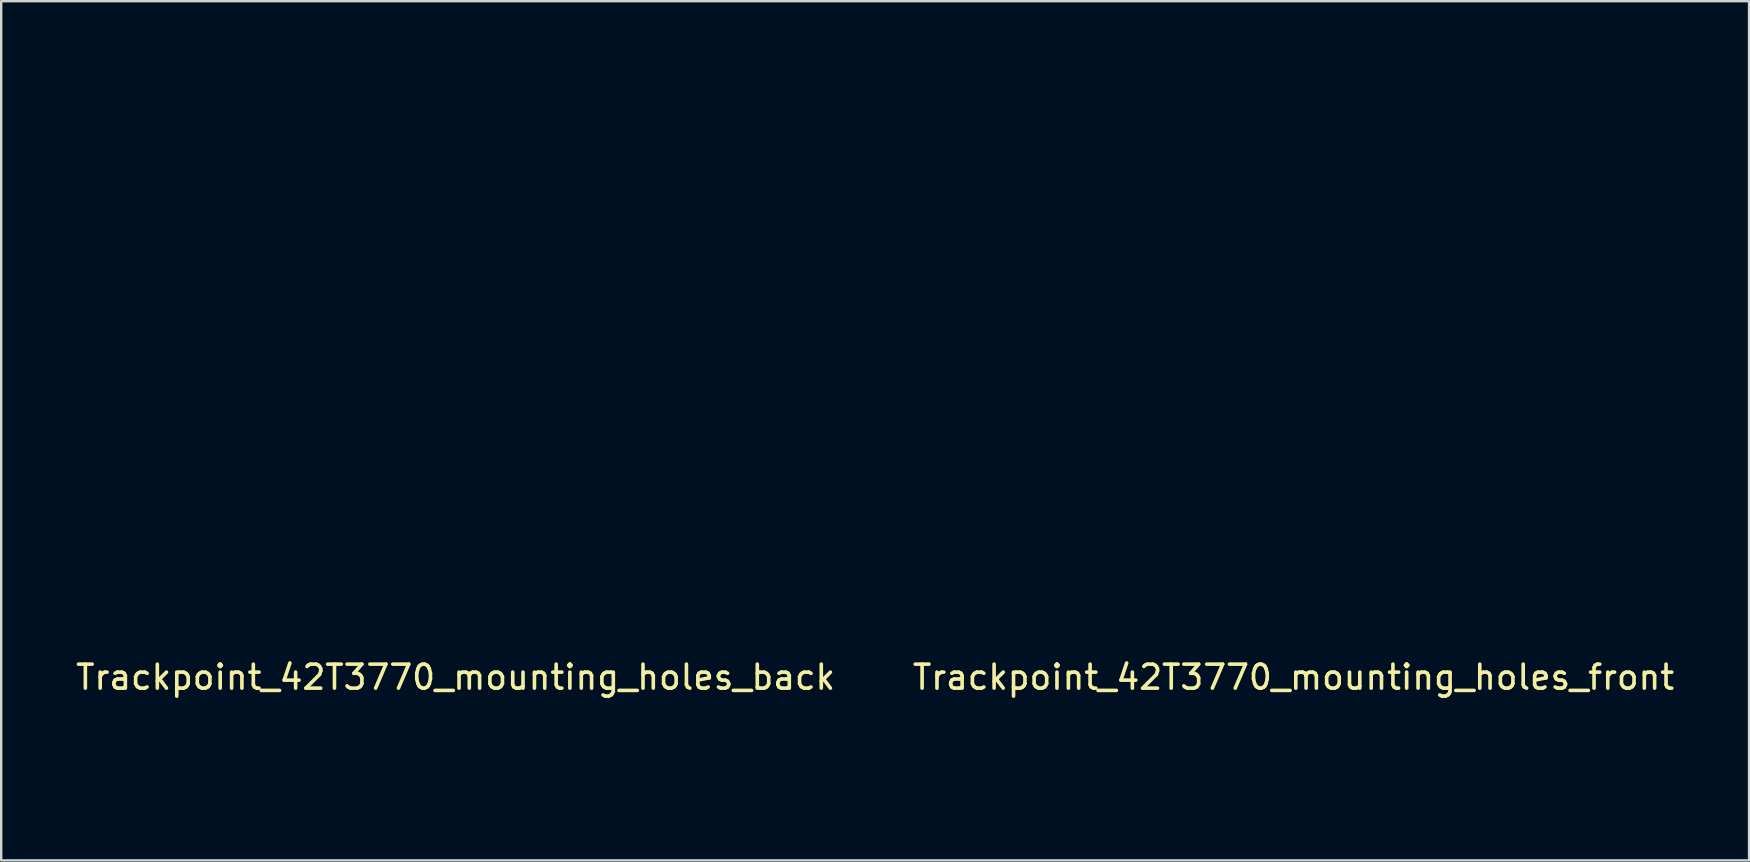
<source format=kicad_pcb>
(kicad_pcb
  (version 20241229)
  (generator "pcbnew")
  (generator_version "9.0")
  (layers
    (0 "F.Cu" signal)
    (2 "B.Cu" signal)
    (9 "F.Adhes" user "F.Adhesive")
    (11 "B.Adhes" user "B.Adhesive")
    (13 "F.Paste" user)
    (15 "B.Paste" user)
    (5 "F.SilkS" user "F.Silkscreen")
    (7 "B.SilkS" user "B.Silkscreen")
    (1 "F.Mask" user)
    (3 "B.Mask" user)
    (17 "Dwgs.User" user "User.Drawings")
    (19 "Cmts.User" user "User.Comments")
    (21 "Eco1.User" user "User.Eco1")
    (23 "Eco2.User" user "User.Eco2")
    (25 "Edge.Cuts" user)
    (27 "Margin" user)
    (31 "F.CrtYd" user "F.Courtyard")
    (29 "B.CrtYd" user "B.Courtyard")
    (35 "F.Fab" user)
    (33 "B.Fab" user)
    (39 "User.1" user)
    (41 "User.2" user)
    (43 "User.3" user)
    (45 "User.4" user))
  (footprint "Trackpoint_42T3770_mounting_holes_front"
    (layer "F.Cu")
    (at 51.105 22.249)
    (property "Reference" "Trackpoint_42T3770_mounting_holes_front" (at -0.254 2.921 0) (layer "F.SilkS") (effects (font (size 1 1) (thickness 0.15))))
    (attr exclude_from_pos_files exclude_from_bom)
    (fp_line (start -13.081 7.468) (end -13.081 -22.174) (stroke (width 0.15) (type solid)) (layer "Eco1.User"))
    (fp_line (start 15.1 -22.162) (end -13.081 -22.174) (stroke (width 0.12) (type solid)) (layer "Eco1.User"))
    (fp_line (start 15.1 -22.162) (end 15.1 7.48) (stroke (width 0.15) (type solid)) (layer "Eco1.User"))
    (fp_line (start 15.1 7.48) (end -13.081 7.48) (stroke (width 0.15) (type solid)) (layer "Eco1.User"))
    (fp_circle (center -10.541 -0.241) (end -9.258 -0.229) (stroke (width 0.15) (type solid)) (fill no) (layer "Eco1.User"))
    (fp_circle (center -9.627 -8.268) (end -8.344 -8.255) (stroke (width 0.15) (type solid)) (fill no) (layer "Eco1.User"))
    (fp_circle (center 0 0) (end 4.763 0) (stroke (width 0.15) (type solid)) (fill no) (layer "Eco1.User"))
    (fp_circle (center 9.576 -8.28) (end 10.858 -8.268) (stroke (width 0.15) (type solid)) (fill no) (layer "Eco1.User"))
    (fp_circle (center 10.541 -0.254) (end 11.824 -0.241) (stroke (width 0.15) (type solid)) (fill no) (layer "Eco1.User")))
  (footprint "Trackpoint_42T3770_mounting_holes_back"
    (layer "F.Cu")
    (at 15.681 22.249)
    (property "Reference" "Trackpoint_42T3770_mounting_holes_back" (at 0.254 2.921 0) (layer "F.SilkS") (effects (font (size 1 1) (thickness 0.15))))
    (attr exclude_from_pos_files exclude_from_bom)
    (fp_line (start -15.1 -22.162) (end -15.1 7.48) (stroke (width 0.15) (type solid)) (layer "Eco1.User"))
    (fp_line (start -15.1 -22.162) (end 13.081 -22.174) (stroke (width 0.12) (type solid)) (layer "Eco1.User"))
    (fp_line (start -15.1 7.48) (end 13.081 7.48) (stroke (width 0.15) (type solid)) (layer "Eco1.User"))
    (fp_line (start -6.223 -22.149) (end -6.223 -19.609) (stroke (width 0.12) (type solid)) (layer "Eco1.User"))
    (fp_line (start -5.222 -22.149) (end -5.222 -19.609) (stroke (width 0.12) (type solid)) (layer "Eco1.User"))
    (fp_line (start -4.221 -22.149) (end -4.221 -19.609) (stroke (width 0.12) (type solid)) (layer "Eco1.User"))
    (fp_line (start -3.221 -22.149) (end -3.221 -19.609) (stroke (width 0.12) (type solid)) (layer "Eco1.User"))
    (fp_line (start -2.22 -22.149) (end -2.22 -19.609) (stroke (width 0.12) (type solid)) (layer "Eco1.User"))
    (fp_line (start -1.219 -22.149) (end -1.219 -19.609) (stroke (width 0.12) (type solid)) (layer "Eco1.User"))
    (fp_line (start -0.218 -22.149) (end -0.218 -19.609) (stroke (width 0.12) (type solid)) (layer "Eco1.User"))
    (fp_line (start 0.782 -22.149) (end 0.782 -19.609) (stroke (width 0.12) (type solid)) (layer "Eco1.User"))
    (fp_line (start 13.081 7.468) (end 13.081 -22.174) (stroke (width 0.15) (type solid)) (layer "Eco1.User"))
    (fp_circle (center -10.541 -0.254) (end -11.824 -0.241) (stroke (width 0.15) (type solid)) (fill no) (layer "Eco1.User"))
    (fp_circle (center -9.576 -8.28) (end -10.858 -8.268) (stroke (width 0.15) (type solid)) (fill no) (layer "Eco1.User"))
    (fp_circle (center 0 0) (end -4.763 0) (stroke (width 0.15) (type solid)) (fill no) (layer "Eco1.User"))
    (fp_circle (center 9.627 -8.268) (end 8.344 -8.255) (stroke (width 0.15) (type solid)) (fill no) (layer "Eco1.User"))
    (fp_circle (center 10.541 -0.241) (end 9.258 -0.229) (stroke (width 0.15) (type solid)) (fill no) (layer "Eco1.User"))
    (fp_poly (pts (xy 13.056 7.468) (xy -15.088 7.468) (xy -15.088 -22.123) (xy 13.106 -22.174)) (stroke (width 0.1) (type solid)) (fill no) (layer "Eco2.User"))
    (fp_text user "8 Data" (at -6.299 -16.789 270) (layer "Eco1.User") (effects (font (size 0.762 0.762) (thickness 0.127))))
    (fp_text user "1 Vcc" (at 0.711 -17.094 90) (layer "Eco1.User") (effects (font (size 0.762 0.762) (thickness 0.127)))))
  (gr_rect
    (start -3 -3)
    (end 69.833 32.804)
    (stroke (width 0.1) (type default))
    (fill no)
    (layer "Edge.Cuts")))
</source>
